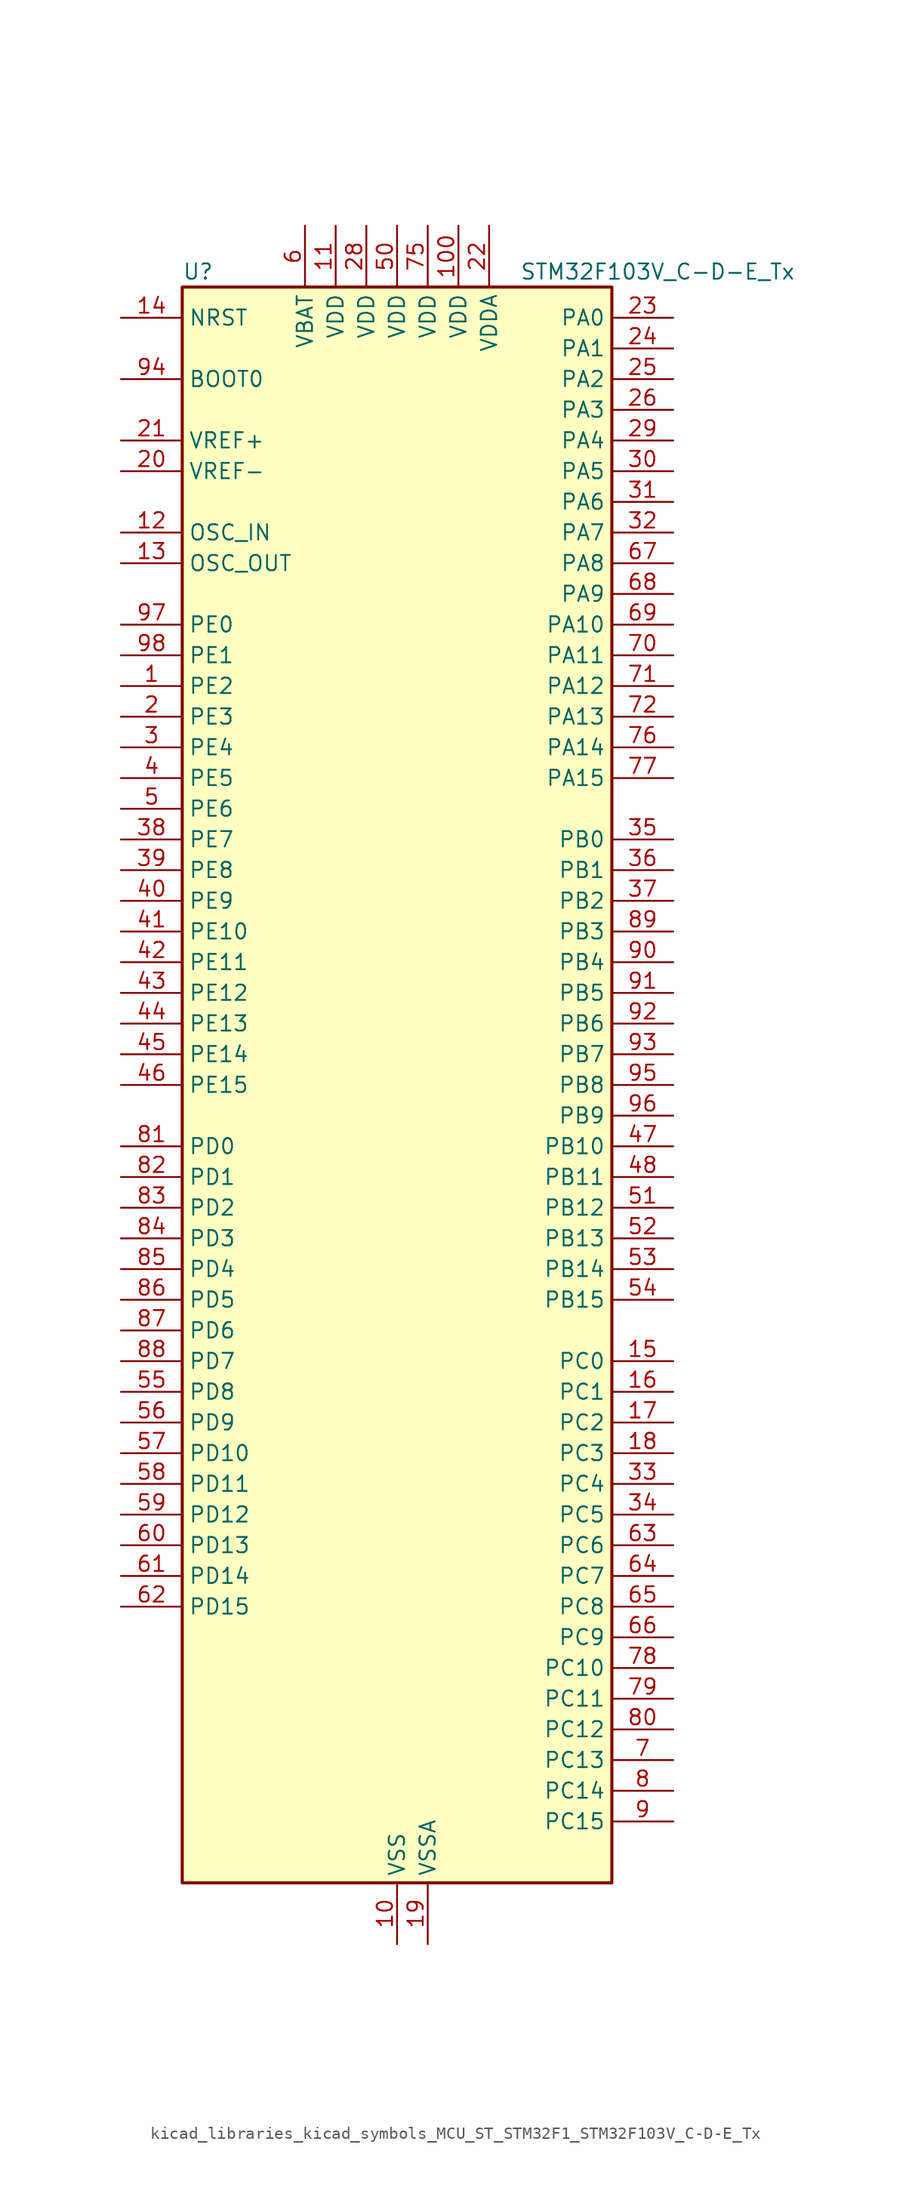
<source format=kicad_sym>
(kicad_symbol_lib
  (version 20220914)
  (generator kicad_symbol_editor)
  (symbol "kicad_libraries_kicad_symbols_MCU_ST_STM32F1_STM32F103V_C-D-E_Tx"
    (property "Reference" "U"
      (at -17.78 67.31 0)
      (effects (font (size 1.27 1.27)) (justify left)))
    (property "Value" "STM32F103V_C-D-E_Tx"
      (at 10.16 67.31 0)
      (effects (font (size 1.27 1.27)) (justify left)))
    (property "ki_locked" ""
      (at 0 0 0)
      (effects (font (size 1.27 1.27))))
    (symbol "kicad_libraries_kicad_symbols_MCU_ST_STM32F1_STM32F103V_C-D-E_Tx_0_1"
      (rectangle (start -17.78 -66.04) (end 17.78 66.04) (stroke (width 0.254) (type default)) (fill (type background))))
    (symbol "kicad_libraries_kicad_symbols_MCU_ST_STM32F1_STM32F103V_C-D-E_Tx_1_1"
      (pin bidirectional line (at -22.86 33.02 0) (length 5.08) (name "PE2" (effects (font (size 1.27 1.27)))) (number "1" (effects (font (size 1.27 1.27)))) (alternate "FSMC_A23" bidirectional line) (alternate "SYS_TRACECLK" bidirectional line))
      (pin power_in line (at 0 -71.12 90) (length 5.08) (name "VSS" (effects (font (size 1.27 1.27)))) (number "10" (effects (font (size 1.27 1.27)))))
      (pin power_in line (at 5.08 71.12 270) (length 5.08) (name "VDD" (effects (font (size 1.27 1.27)))) (number "100" (effects (font (size 1.27 1.27)))))
      (pin power_in line (at -5.08 71.12 270) (length 5.08) (name "VDD" (effects (font (size 1.27 1.27)))) (number "11" (effects (font (size 1.27 1.27)))))
      (pin input line (at -22.86 45.72 0) (length 5.08) (name "OSC_IN" (effects (font (size 1.27 1.27)))) (number "12" (effects (font (size 1.27 1.27)))) (alternate "RCC_OSC_IN" bidirectional line))
      (pin input line (at -22.86 43.18 0) (length 5.08) (name "OSC_OUT" (effects (font (size 1.27 1.27)))) (number "13" (effects (font (size 1.27 1.27)))) (alternate "RCC_OSC_OUT" bidirectional line))
      (pin input line (at -22.86 63.5 0) (length 5.08) (name "NRST" (effects (font (size 1.27 1.27)))) (number "14" (effects (font (size 1.27 1.27)))))
      (pin bidirectional line (at 22.86 -22.86 180) (length 5.08) (name "PC0" (effects (font (size 1.27 1.27)))) (number "15" (effects (font (size 1.27 1.27)))) (alternate "ADC1_IN10" bidirectional line) (alternate "ADC2_IN10" bidirectional line) (alternate "ADC3_IN10" bidirectional line))
      (pin bidirectional line (at 22.86 -25.4 180) (length 5.08) (name "PC1" (effects (font (size 1.27 1.27)))) (number "16" (effects (font (size 1.27 1.27)))) (alternate "ADC1_IN11" bidirectional line) (alternate "ADC2_IN11" bidirectional line) (alternate "ADC3_IN11" bidirectional line))
      (pin bidirectional line (at 22.86 -27.94 180) (length 5.08) (name "PC2" (effects (font (size 1.27 1.27)))) (number "17" (effects (font (size 1.27 1.27)))) (alternate "ADC1_IN12" bidirectional line) (alternate "ADC2_IN12" bidirectional line) (alternate "ADC3_IN12" bidirectional line))
      (pin bidirectional line (at 22.86 -30.48 180) (length 5.08) (name "PC3" (effects (font (size 1.27 1.27)))) (number "18" (effects (font (size 1.27 1.27)))) (alternate "ADC1_IN13" bidirectional line) (alternate "ADC2_IN13" bidirectional line) (alternate "ADC3_IN13" bidirectional line))
      (pin power_in line (at 2.54 -71.12 90) (length 5.08) (name "VSSA" (effects (font (size 1.27 1.27)))) (number "19" (effects (font (size 1.27 1.27)))))
      (pin bidirectional line (at -22.86 30.48 0) (length 5.08) (name "PE3" (effects (font (size 1.27 1.27)))) (number "2" (effects (font (size 1.27 1.27)))) (alternate "FSMC_A19" bidirectional line) (alternate "SYS_TRACED0" bidirectional line))
      (pin input line (at -22.86 50.8 0) (length 5.08) (name "VREF-" (effects (font (size 1.27 1.27)))) (number "20" (effects (font (size 1.27 1.27)))))
      (pin input line (at -22.86 53.34 0) (length 5.08) (name "VREF+" (effects (font (size 1.27 1.27)))) (number "21" (effects (font (size 1.27 1.27)))))
      (pin power_in line (at 7.62 71.12 270) (length 5.08) (name "VDDA" (effects (font (size 1.27 1.27)))) (number "22" (effects (font (size 1.27 1.27)))))
      (pin bidirectional line (at 22.86 63.5 180) (length 5.08) (name "PA0" (effects (font (size 1.27 1.27)))) (number "23" (effects (font (size 1.27 1.27)))) (alternate "ADC1_IN0" bidirectional line) (alternate "ADC2_IN0" bidirectional line) (alternate "ADC3_IN0" bidirectional line) (alternate "SYS_WKUP" bidirectional line) (alternate "TIM2_CH1" bidirectional line) (alternate "TIM2_ETR" bidirectional line) (alternate "TIM5_CH1" bidirectional line) (alternate "TIM8_ETR" bidirectional line) (alternate "USART2_CTS" bidirectional line))
      (pin bidirectional line (at 22.86 60.96 180) (length 5.08) (name "PA1" (effects (font (size 1.27 1.27)))) (number "24" (effects (font (size 1.27 1.27)))) (alternate "ADC1_IN1" bidirectional line) (alternate "ADC2_IN1" bidirectional line) (alternate "ADC3_IN1" bidirectional line) (alternate "TIM2_CH2" bidirectional line) (alternate "TIM5_CH2" bidirectional line) (alternate "USART2_RTS" bidirectional line))
      (pin bidirectional line (at 22.86 58.42 180) (length 5.08) (name "PA2" (effects (font (size 1.27 1.27)))) (number "25" (effects (font (size 1.27 1.27)))) (alternate "ADC1_IN2" bidirectional line) (alternate "ADC2_IN2" bidirectional line) (alternate "ADC3_IN2" bidirectional line) (alternate "TIM2_CH3" bidirectional line) (alternate "TIM5_CH3" bidirectional line) (alternate "USART2_TX" bidirectional line))
      (pin bidirectional line (at 22.86 55.88 180) (length 5.08) (name "PA3" (effects (font (size 1.27 1.27)))) (number "26" (effects (font (size 1.27 1.27)))) (alternate "ADC1_IN3" bidirectional line) (alternate "ADC2_IN3" bidirectional line) (alternate "ADC3_IN3" bidirectional line) (alternate "TIM2_CH4" bidirectional line) (alternate "TIM5_CH4" bidirectional line) (alternate "USART2_RX" bidirectional line))
      (pin passive line (at 0 -71.12 90) (length 5.08) hide (name "VSS" (effects (font (size 1.27 1.27)))) (number "27" (effects (font (size 1.27 1.27)))))
      (pin power_in line (at -2.54 71.12 270) (length 5.08) (name "VDD" (effects (font (size 1.27 1.27)))) (number "28" (effects (font (size 1.27 1.27)))))
      (pin bidirectional line (at 22.86 53.34 180) (length 5.08) (name "PA4" (effects (font (size 1.27 1.27)))) (number "29" (effects (font (size 1.27 1.27)))) (alternate "ADC1_IN4" bidirectional line) (alternate "ADC2_IN4" bidirectional line) (alternate "DAC_OUT1" bidirectional line) (alternate "SPI1_NSS" bidirectional line) (alternate "USART2_CK" bidirectional line))
      (pin bidirectional line (at -22.86 27.94 0) (length 5.08) (name "PE4" (effects (font (size 1.27 1.27)))) (number "3" (effects (font (size 1.27 1.27)))) (alternate "FSMC_A20" bidirectional line) (alternate "SYS_TRACED1" bidirectional line))
      (pin bidirectional line (at 22.86 50.8 180) (length 5.08) (name "PA5" (effects (font (size 1.27 1.27)))) (number "30" (effects (font (size 1.27 1.27)))) (alternate "ADC1_IN5" bidirectional line) (alternate "ADC2_IN5" bidirectional line) (alternate "DAC_OUT2" bidirectional line) (alternate "SPI1_SCK" bidirectional line))
      (pin bidirectional line (at 22.86 48.26 180) (length 5.08) (name "PA6" (effects (font (size 1.27 1.27)))) (number "31" (effects (font (size 1.27 1.27)))) (alternate "ADC1_IN6" bidirectional line) (alternate "ADC2_IN6" bidirectional line) (alternate "SPI1_MISO" bidirectional line) (alternate "TIM1_BKIN" bidirectional line) (alternate "TIM3_CH1" bidirectional line) (alternate "TIM8_BKIN" bidirectional line))
      (pin bidirectional line (at 22.86 45.72 180) (length 5.08) (name "PA7" (effects (font (size 1.27 1.27)))) (number "32" (effects (font (size 1.27 1.27)))) (alternate "ADC1_IN7" bidirectional line) (alternate "ADC2_IN7" bidirectional line) (alternate "SPI1_MOSI" bidirectional line) (alternate "TIM1_CH1N" bidirectional line) (alternate "TIM3_CH2" bidirectional line) (alternate "TIM8_CH1N" bidirectional line))
      (pin bidirectional line (at 22.86 -33.02 180) (length 5.08) (name "PC4" (effects (font (size 1.27 1.27)))) (number "33" (effects (font (size 1.27 1.27)))) (alternate "ADC1_IN14" bidirectional line) (alternate "ADC2_IN14" bidirectional line))
      (pin bidirectional line (at 22.86 -35.56 180) (length 5.08) (name "PC5" (effects (font (size 1.27 1.27)))) (number "34" (effects (font (size 1.27 1.27)))) (alternate "ADC1_IN15" bidirectional line) (alternate "ADC2_IN15" bidirectional line))
      (pin bidirectional line (at 22.86 20.32 180) (length 5.08) (name "PB0" (effects (font (size 1.27 1.27)))) (number "35" (effects (font (size 1.27 1.27)))) (alternate "ADC1_IN8" bidirectional line) (alternate "ADC2_IN8" bidirectional line) (alternate "TIM1_CH2N" bidirectional line) (alternate "TIM3_CH3" bidirectional line) (alternate "TIM8_CH2N" bidirectional line))
      (pin bidirectional line (at 22.86 17.78 180) (length 5.08) (name "PB1" (effects (font (size 1.27 1.27)))) (number "36" (effects (font (size 1.27 1.27)))) (alternate "ADC1_IN9" bidirectional line) (alternate "ADC2_IN9" bidirectional line) (alternate "TIM1_CH3N" bidirectional line) (alternate "TIM3_CH4" bidirectional line) (alternate "TIM8_CH3N" bidirectional line))
      (pin bidirectional line (at 22.86 15.24 180) (length 5.08) (name "PB2" (effects (font (size 1.27 1.27)))) (number "37" (effects (font (size 1.27 1.27)))))
      (pin bidirectional line (at -22.86 20.32 0) (length 5.08) (name "PE7" (effects (font (size 1.27 1.27)))) (number "38" (effects (font (size 1.27 1.27)))) (alternate "FSMC_D4" bidirectional line) (alternate "FSMC_DA4" bidirectional line) (alternate "TIM1_ETR" bidirectional line))
      (pin bidirectional line (at -22.86 17.78 0) (length 5.08) (name "PE8" (effects (font (size 1.27 1.27)))) (number "39" (effects (font (size 1.27 1.27)))) (alternate "FSMC_D5" bidirectional line) (alternate "FSMC_DA5" bidirectional line) (alternate "TIM1_CH1N" bidirectional line))
      (pin bidirectional line (at -22.86 25.4 0) (length 5.08) (name "PE5" (effects (font (size 1.27 1.27)))) (number "4" (effects (font (size 1.27 1.27)))) (alternate "FSMC_A21" bidirectional line) (alternate "SYS_TRACED2" bidirectional line))
      (pin bidirectional line (at -22.86 15.24 0) (length 5.08) (name "PE9" (effects (font (size 1.27 1.27)))) (number "40" (effects (font (size 1.27 1.27)))) (alternate "DAC_EXTI9" bidirectional line) (alternate "FSMC_D6" bidirectional line) (alternate "FSMC_DA6" bidirectional line) (alternate "TIM1_CH1" bidirectional line))
      (pin bidirectional line (at -22.86 12.7 0) (length 5.08) (name "PE10" (effects (font (size 1.27 1.27)))) (number "41" (effects (font (size 1.27 1.27)))) (alternate "FSMC_D7" bidirectional line) (alternate "FSMC_DA7" bidirectional line) (alternate "TIM1_CH2N" bidirectional line))
      (pin bidirectional line (at -22.86 10.16 0) (length 5.08) (name "PE11" (effects (font (size 1.27 1.27)))) (number "42" (effects (font (size 1.27 1.27)))) (alternate "ADC1_EXTI11" bidirectional line) (alternate "ADC2_EXTI11" bidirectional line) (alternate "FSMC_D8" bidirectional line) (alternate "FSMC_DA8" bidirectional line) (alternate "TIM1_CH2" bidirectional line))
      (pin bidirectional line (at -22.86 7.62 0) (length 5.08) (name "PE12" (effects (font (size 1.27 1.27)))) (number "43" (effects (font (size 1.27 1.27)))) (alternate "FSMC_D9" bidirectional line) (alternate "FSMC_DA9" bidirectional line) (alternate "TIM1_CH3N" bidirectional line))
      (pin bidirectional line (at -22.86 5.08 0) (length 5.08) (name "PE13" (effects (font (size 1.27 1.27)))) (number "44" (effects (font (size 1.27 1.27)))) (alternate "FSMC_D10" bidirectional line) (alternate "FSMC_DA10" bidirectional line) (alternate "TIM1_CH3" bidirectional line))
      (pin bidirectional line (at -22.86 2.54 0) (length 5.08) (name "PE14" (effects (font (size 1.27 1.27)))) (number "45" (effects (font (size 1.27 1.27)))) (alternate "FSMC_D11" bidirectional line) (alternate "FSMC_DA11" bidirectional line) (alternate "TIM1_CH4" bidirectional line))
      (pin bidirectional line (at -22.86 0 0) (length 5.08) (name "PE15" (effects (font (size 1.27 1.27)))) (number "46" (effects (font (size 1.27 1.27)))) (alternate "ADC1_EXTI15" bidirectional line) (alternate "ADC2_EXTI15" bidirectional line) (alternate "FSMC_D12" bidirectional line) (alternate "FSMC_DA12" bidirectional line) (alternate "TIM1_BKIN" bidirectional line))
      (pin bidirectional line (at 22.86 -5.08 180) (length 5.08) (name "PB10" (effects (font (size 1.27 1.27)))) (number "47" (effects (font (size 1.27 1.27)))) (alternate "I2C2_SCL" bidirectional line) (alternate "TIM2_CH3" bidirectional line) (alternate "USART3_TX" bidirectional line))
      (pin bidirectional line (at 22.86 -7.62 180) (length 5.08) (name "PB11" (effects (font (size 1.27 1.27)))) (number "48" (effects (font (size 1.27 1.27)))) (alternate "ADC1_EXTI11" bidirectional line) (alternate "ADC2_EXTI11" bidirectional line) (alternate "I2C2_SDA" bidirectional line) (alternate "TIM2_CH4" bidirectional line) (alternate "USART3_RX" bidirectional line))
      (pin passive line (at 0 -71.12 90) (length 5.08) hide (name "VSS" (effects (font (size 1.27 1.27)))) (number "49" (effects (font (size 1.27 1.27)))))
      (pin bidirectional line (at -22.86 22.86 0) (length 5.08) (name "PE6" (effects (font (size 1.27 1.27)))) (number "5" (effects (font (size 1.27 1.27)))) (alternate "FSMC_A22" bidirectional line) (alternate "SYS_TRACED3" bidirectional line))
      (pin power_in line (at 0 71.12 270) (length 5.08) (name "VDD" (effects (font (size 1.27 1.27)))) (number "50" (effects (font (size 1.27 1.27)))))
      (pin bidirectional line (at 22.86 -10.16 180) (length 5.08) (name "PB12" (effects (font (size 1.27 1.27)))) (number "51" (effects (font (size 1.27 1.27)))) (alternate "I2C2_SMBA" bidirectional line) (alternate "I2S2_WS" bidirectional line) (alternate "SPI2_NSS" bidirectional line) (alternate "TIM1_BKIN" bidirectional line) (alternate "USART3_CK" bidirectional line))
      (pin bidirectional line (at 22.86 -12.7 180) (length 5.08) (name "PB13" (effects (font (size 1.27 1.27)))) (number "52" (effects (font (size 1.27 1.27)))) (alternate "I2S2_CK" bidirectional line) (alternate "SPI2_SCK" bidirectional line) (alternate "TIM1_CH1N" bidirectional line) (alternate "USART3_CTS" bidirectional line))
      (pin bidirectional line (at 22.86 -15.24 180) (length 5.08) (name "PB14" (effects (font (size 1.27 1.27)))) (number "53" (effects (font (size 1.27 1.27)))) (alternate "SPI2_MISO" bidirectional line) (alternate "TIM1_CH2N" bidirectional line) (alternate "USART3_RTS" bidirectional line))
      (pin bidirectional line (at 22.86 -17.78 180) (length 5.08) (name "PB15" (effects (font (size 1.27 1.27)))) (number "54" (effects (font (size 1.27 1.27)))) (alternate "ADC1_EXTI15" bidirectional line) (alternate "ADC2_EXTI15" bidirectional line) (alternate "I2S2_SD" bidirectional line) (alternate "SPI2_MOSI" bidirectional line) (alternate "TIM1_CH3N" bidirectional line))
      (pin bidirectional line (at -22.86 -25.4 0) (length 5.08) (name "PD8" (effects (font (size 1.27 1.27)))) (number "55" (effects (font (size 1.27 1.27)))) (alternate "FSMC_D13" bidirectional line) (alternate "FSMC_DA13" bidirectional line) (alternate "USART3_TX" bidirectional line))
      (pin bidirectional line (at -22.86 -27.94 0) (length 5.08) (name "PD9" (effects (font (size 1.27 1.27)))) (number "56" (effects (font (size 1.27 1.27)))) (alternate "DAC_EXTI9" bidirectional line) (alternate "FSMC_D14" bidirectional line) (alternate "FSMC_DA14" bidirectional line) (alternate "USART3_RX" bidirectional line))
      (pin bidirectional line (at -22.86 -30.48 0) (length 5.08) (name "PD10" (effects (font (size 1.27 1.27)))) (number "57" (effects (font (size 1.27 1.27)))) (alternate "FSMC_D15" bidirectional line) (alternate "FSMC_DA15" bidirectional line) (alternate "USART3_CK" bidirectional line))
      (pin bidirectional line (at -22.86 -33.02 0) (length 5.08) (name "PD11" (effects (font (size 1.27 1.27)))) (number "58" (effects (font (size 1.27 1.27)))) (alternate "ADC1_EXTI11" bidirectional line) (alternate "ADC2_EXTI11" bidirectional line) (alternate "FSMC_A16" bidirectional line) (alternate "FSMC_CLE" bidirectional line) (alternate "USART3_CTS" bidirectional line))
      (pin bidirectional line (at -22.86 -35.56 0) (length 5.08) (name "PD12" (effects (font (size 1.27 1.27)))) (number "59" (effects (font (size 1.27 1.27)))) (alternate "FSMC_A17" bidirectional line) (alternate "FSMC_ALE" bidirectional line) (alternate "TIM4_CH1" bidirectional line) (alternate "USART3_RTS" bidirectional line))
      (pin power_in line (at -7.62 71.12 270) (length 5.08) (name "VBAT" (effects (font (size 1.27 1.27)))) (number "6" (effects (font (size 1.27 1.27)))))
      (pin bidirectional line (at -22.86 -38.1 0) (length 5.08) (name "PD13" (effects (font (size 1.27 1.27)))) (number "60" (effects (font (size 1.27 1.27)))) (alternate "FSMC_A18" bidirectional line) (alternate "TIM4_CH2" bidirectional line))
      (pin bidirectional line (at -22.86 -40.64 0) (length 5.08) (name "PD14" (effects (font (size 1.27 1.27)))) (number "61" (effects (font (size 1.27 1.27)))) (alternate "FSMC_D0" bidirectional line) (alternate "FSMC_DA0" bidirectional line) (alternate "TIM4_CH3" bidirectional line))
      (pin bidirectional line (at -22.86 -43.18 0) (length 5.08) (name "PD15" (effects (font (size 1.27 1.27)))) (number "62" (effects (font (size 1.27 1.27)))) (alternate "ADC1_EXTI15" bidirectional line) (alternate "ADC2_EXTI15" bidirectional line) (alternate "FSMC_D1" bidirectional line) (alternate "FSMC_DA1" bidirectional line) (alternate "TIM4_CH4" bidirectional line))
      (pin bidirectional line (at 22.86 -38.1 180) (length 5.08) (name "PC6" (effects (font (size 1.27 1.27)))) (number "63" (effects (font (size 1.27 1.27)))) (alternate "I2S2_MCK" bidirectional line) (alternate "SDIO_D6" bidirectional line) (alternate "TIM3_CH1" bidirectional line) (alternate "TIM8_CH1" bidirectional line))
      (pin bidirectional line (at 22.86 -40.64 180) (length 5.08) (name "PC7" (effects (font (size 1.27 1.27)))) (number "64" (effects (font (size 1.27 1.27)))) (alternate "I2S3_MCK" bidirectional line) (alternate "SDIO_D7" bidirectional line) (alternate "TIM3_CH2" bidirectional line) (alternate "TIM8_CH2" bidirectional line))
      (pin bidirectional line (at 22.86 -43.18 180) (length 5.08) (name "PC8" (effects (font (size 1.27 1.27)))) (number "65" (effects (font (size 1.27 1.27)))) (alternate "SDIO_D0" bidirectional line) (alternate "TIM3_CH3" bidirectional line) (alternate "TIM8_CH3" bidirectional line))
      (pin bidirectional line (at 22.86 -45.72 180) (length 5.08) (name "PC9" (effects (font (size 1.27 1.27)))) (number "66" (effects (font (size 1.27 1.27)))) (alternate "DAC_EXTI9" bidirectional line) (alternate "SDIO_D1" bidirectional line) (alternate "TIM3_CH4" bidirectional line) (alternate "TIM8_CH4" bidirectional line))
      (pin bidirectional line (at 22.86 43.18 180) (length 5.08) (name "PA8" (effects (font (size 1.27 1.27)))) (number "67" (effects (font (size 1.27 1.27)))) (alternate "RCC_MCO" bidirectional line) (alternate "TIM1_CH1" bidirectional line) (alternate "USART1_CK" bidirectional line))
      (pin bidirectional line (at 22.86 40.64 180) (length 5.08) (name "PA9" (effects (font (size 1.27 1.27)))) (number "68" (effects (font (size 1.27 1.27)))) (alternate "DAC_EXTI9" bidirectional line) (alternate "TIM1_CH2" bidirectional line) (alternate "USART1_TX" bidirectional line))
      (pin bidirectional line (at 22.86 38.1 180) (length 5.08) (name "PA10" (effects (font (size 1.27 1.27)))) (number "69" (effects (font (size 1.27 1.27)))) (alternate "TIM1_CH3" bidirectional line) (alternate "USART1_RX" bidirectional line))
      (pin bidirectional line (at 22.86 -55.88 180) (length 5.08) (name "PC13" (effects (font (size 1.27 1.27)))) (number "7" (effects (font (size 1.27 1.27)))) (alternate "RTC_OUT" bidirectional line) (alternate "RTC_TAMPER" bidirectional line))
      (pin bidirectional line (at 22.86 35.56 180) (length 5.08) (name "PA11" (effects (font (size 1.27 1.27)))) (number "70" (effects (font (size 1.27 1.27)))) (alternate "ADC1_EXTI11" bidirectional line) (alternate "ADC2_EXTI11" bidirectional line) (alternate "CAN_RX" bidirectional line) (alternate "TIM1_CH4" bidirectional line) (alternate "USART1_CTS" bidirectional line) (alternate "USB_DM" bidirectional line))
      (pin bidirectional line (at 22.86 33.02 180) (length 5.08) (name "PA12" (effects (font (size 1.27 1.27)))) (number "71" (effects (font (size 1.27 1.27)))) (alternate "CAN_TX" bidirectional line) (alternate "TIM1_ETR" bidirectional line) (alternate "USART1_RTS" bidirectional line) (alternate "USB_DP" bidirectional line))
      (pin bidirectional line (at 22.86 30.48 180) (length 5.08) (name "PA13" (effects (font (size 1.27 1.27)))) (number "72" (effects (font (size 1.27 1.27)))) (alternate "SYS_JTMS-SWDIO" bidirectional line))
      (pin no_connect line (at -17.78 -66.04 0) (length 5.08) hide (name "NC" (effects (font (size 1.27 1.27)))) (number "73" (effects (font (size 1.27 1.27)))))
      (pin passive line (at 0 -71.12 90) (length 5.08) hide (name "VSS" (effects (font (size 1.27 1.27)))) (number "74" (effects (font (size 1.27 1.27)))))
      (pin power_in line (at 2.54 71.12 270) (length 5.08) (name "VDD" (effects (font (size 1.27 1.27)))) (number "75" (effects (font (size 1.27 1.27)))))
      (pin bidirectional line (at 22.86 27.94 180) (length 5.08) (name "PA14" (effects (font (size 1.27 1.27)))) (number "76" (effects (font (size 1.27 1.27)))) (alternate "SYS_JTCK-SWCLK" bidirectional line))
      (pin bidirectional line (at 22.86 25.4 180) (length 5.08) (name "PA15" (effects (font (size 1.27 1.27)))) (number "77" (effects (font (size 1.27 1.27)))) (alternate "ADC1_EXTI15" bidirectional line) (alternate "ADC2_EXTI15" bidirectional line) (alternate "I2S3_WS" bidirectional line) (alternate "SPI1_NSS" bidirectional line) (alternate "SPI3_NSS" bidirectional line) (alternate "SYS_JTDI" bidirectional line) (alternate "TIM2_CH1" bidirectional line) (alternate "TIM2_ETR" bidirectional line))
      (pin bidirectional line (at 22.86 -48.26 180) (length 5.08) (name "PC10" (effects (font (size 1.27 1.27)))) (number "78" (effects (font (size 1.27 1.27)))) (alternate "SDIO_D2" bidirectional line) (alternate "UART4_TX" bidirectional line) (alternate "USART3_TX" bidirectional line))
      (pin bidirectional line (at 22.86 -50.8 180) (length 5.08) (name "PC11" (effects (font (size 1.27 1.27)))) (number "79" (effects (font (size 1.27 1.27)))) (alternate "ADC1_EXTI11" bidirectional line) (alternate "ADC2_EXTI11" bidirectional line) (alternate "SDIO_D3" bidirectional line) (alternate "UART4_RX" bidirectional line) (alternate "USART3_RX" bidirectional line))
      (pin bidirectional line (at 22.86 -58.42 180) (length 5.08) (name "PC14" (effects (font (size 1.27 1.27)))) (number "8" (effects (font (size 1.27 1.27)))) (alternate "RCC_OSC32_IN" bidirectional line))
      (pin bidirectional line (at 22.86 -53.34 180) (length 5.08) (name "PC12" (effects (font (size 1.27 1.27)))) (number "80" (effects (font (size 1.27 1.27)))) (alternate "SDIO_CK" bidirectional line) (alternate "UART5_TX" bidirectional line) (alternate "USART3_CK" bidirectional line))
      (pin bidirectional line (at -22.86 -5.08 0) (length 5.08) (name "PD0" (effects (font (size 1.27 1.27)))) (number "81" (effects (font (size 1.27 1.27)))) (alternate "CAN_RX" bidirectional line) (alternate "FSMC_D2" bidirectional line) (alternate "FSMC_DA2" bidirectional line))
      (pin bidirectional line (at -22.86 -7.62 0) (length 5.08) (name "PD1" (effects (font (size 1.27 1.27)))) (number "82" (effects (font (size 1.27 1.27)))) (alternate "CAN_TX" bidirectional line) (alternate "FSMC_D3" bidirectional line) (alternate "FSMC_DA3" bidirectional line))
      (pin bidirectional line (at -22.86 -10.16 0) (length 5.08) (name "PD2" (effects (font (size 1.27 1.27)))) (number "83" (effects (font (size 1.27 1.27)))) (alternate "SDIO_CMD" bidirectional line) (alternate "TIM3_ETR" bidirectional line) (alternate "UART5_RX" bidirectional line))
      (pin bidirectional line (at -22.86 -12.7 0) (length 5.08) (name "PD3" (effects (font (size 1.27 1.27)))) (number "84" (effects (font (size 1.27 1.27)))) (alternate "FSMC_CLK" bidirectional line) (alternate "USART2_CTS" bidirectional line))
      (pin bidirectional line (at -22.86 -15.24 0) (length 5.08) (name "PD4" (effects (font (size 1.27 1.27)))) (number "85" (effects (font (size 1.27 1.27)))) (alternate "FSMC_NOE" bidirectional line) (alternate "USART2_RTS" bidirectional line))
      (pin bidirectional line (at -22.86 -17.78 0) (length 5.08) (name "PD5" (effects (font (size 1.27 1.27)))) (number "86" (effects (font (size 1.27 1.27)))) (alternate "FSMC_NWE" bidirectional line) (alternate "USART2_TX" bidirectional line))
      (pin bidirectional line (at -22.86 -20.32 0) (length 5.08) (name "PD6" (effects (font (size 1.27 1.27)))) (number "87" (effects (font (size 1.27 1.27)))) (alternate "FSMC_NWAIT" bidirectional line) (alternate "USART2_RX" bidirectional line))
      (pin bidirectional line (at -22.86 -22.86 0) (length 5.08) (name "PD7" (effects (font (size 1.27 1.27)))) (number "88" (effects (font (size 1.27 1.27)))) (alternate "FSMC_NCE2" bidirectional line) (alternate "FSMC_NE1" bidirectional line) (alternate "USART2_CK" bidirectional line))
      (pin bidirectional line (at 22.86 12.7 180) (length 5.08) (name "PB3" (effects (font (size 1.27 1.27)))) (number "89" (effects (font (size 1.27 1.27)))) (alternate "I2S3_CK" bidirectional line) (alternate "SPI1_SCK" bidirectional line) (alternate "SPI3_SCK" bidirectional line) (alternate "SYS_JTDO-TRACESWO" bidirectional line) (alternate "TIM2_CH2" bidirectional line))
      (pin bidirectional line (at 22.86 -60.96 180) (length 5.08) (name "PC15" (effects (font (size 1.27 1.27)))) (number "9" (effects (font (size 1.27 1.27)))) (alternate "ADC1_EXTI15" bidirectional line) (alternate "ADC2_EXTI15" bidirectional line) (alternate "RCC_OSC32_OUT" bidirectional line))
      (pin bidirectional line (at 22.86 10.16 180) (length 5.08) (name "PB4" (effects (font (size 1.27 1.27)))) (number "90" (effects (font (size 1.27 1.27)))) (alternate "SPI1_MISO" bidirectional line) (alternate "SPI3_MISO" bidirectional line) (alternate "SYS_NJTRST" bidirectional line) (alternate "TIM3_CH1" bidirectional line))
      (pin bidirectional line (at 22.86 7.62 180) (length 5.08) (name "PB5" (effects (font (size 1.27 1.27)))) (number "91" (effects (font (size 1.27 1.27)))) (alternate "I2C1_SMBA" bidirectional line) (alternate "I2S3_SD" bidirectional line) (alternate "SPI1_MOSI" bidirectional line) (alternate "SPI3_MOSI" bidirectional line) (alternate "TIM3_CH2" bidirectional line))
      (pin bidirectional line (at 22.86 5.08 180) (length 5.08) (name "PB6" (effects (font (size 1.27 1.27)))) (number "92" (effects (font (size 1.27 1.27)))) (alternate "I2C1_SCL" bidirectional line) (alternate "TIM4_CH1" bidirectional line) (alternate "USART1_TX" bidirectional line))
      (pin bidirectional line (at 22.86 2.54 180) (length 5.08) (name "PB7" (effects (font (size 1.27 1.27)))) (number "93" (effects (font (size 1.27 1.27)))) (alternate "FSMC_NL" bidirectional line) (alternate "I2C1_SDA" bidirectional line) (alternate "TIM4_CH2" bidirectional line) (alternate "USART1_RX" bidirectional line))
      (pin input line (at -22.86 58.42 0) (length 5.08) (name "BOOT0" (effects (font (size 1.27 1.27)))) (number "94" (effects (font (size 1.27 1.27)))))
      (pin bidirectional line (at 22.86 0 180) (length 5.08) (name "PB8" (effects (font (size 1.27 1.27)))) (number "95" (effects (font (size 1.27 1.27)))) (alternate "CAN_RX" bidirectional line) (alternate "I2C1_SCL" bidirectional line) (alternate "SDIO_D4" bidirectional line) (alternate "TIM4_CH3" bidirectional line))
      (pin bidirectional line (at 22.86 -2.54 180) (length 5.08) (name "PB9" (effects (font (size 1.27 1.27)))) (number "96" (effects (font (size 1.27 1.27)))) (alternate "CAN_TX" bidirectional line) (alternate "DAC_EXTI9" bidirectional line) (alternate "I2C1_SDA" bidirectional line) (alternate "SDIO_D5" bidirectional line) (alternate "TIM4_CH4" bidirectional line))
      (pin bidirectional line (at -22.86 38.1 0) (length 5.08) (name "PE0" (effects (font (size 1.27 1.27)))) (number "97" (effects (font (size 1.27 1.27)))) (alternate "FSMC_NBL0" bidirectional line) (alternate "TIM4_ETR" bidirectional line))
      (pin bidirectional line (at -22.86 35.56 0) (length 5.08) (name "PE1" (effects (font (size 1.27 1.27)))) (number "98" (effects (font (size 1.27 1.27)))) (alternate "FSMC_NBL1" bidirectional line))
      (pin passive line (at 0 -71.12 90) (length 5.08) hide (name "VSS" (effects (font (size 1.27 1.27)))) (number "99" (effects (font (size 1.27 1.27))))))))
</source>
